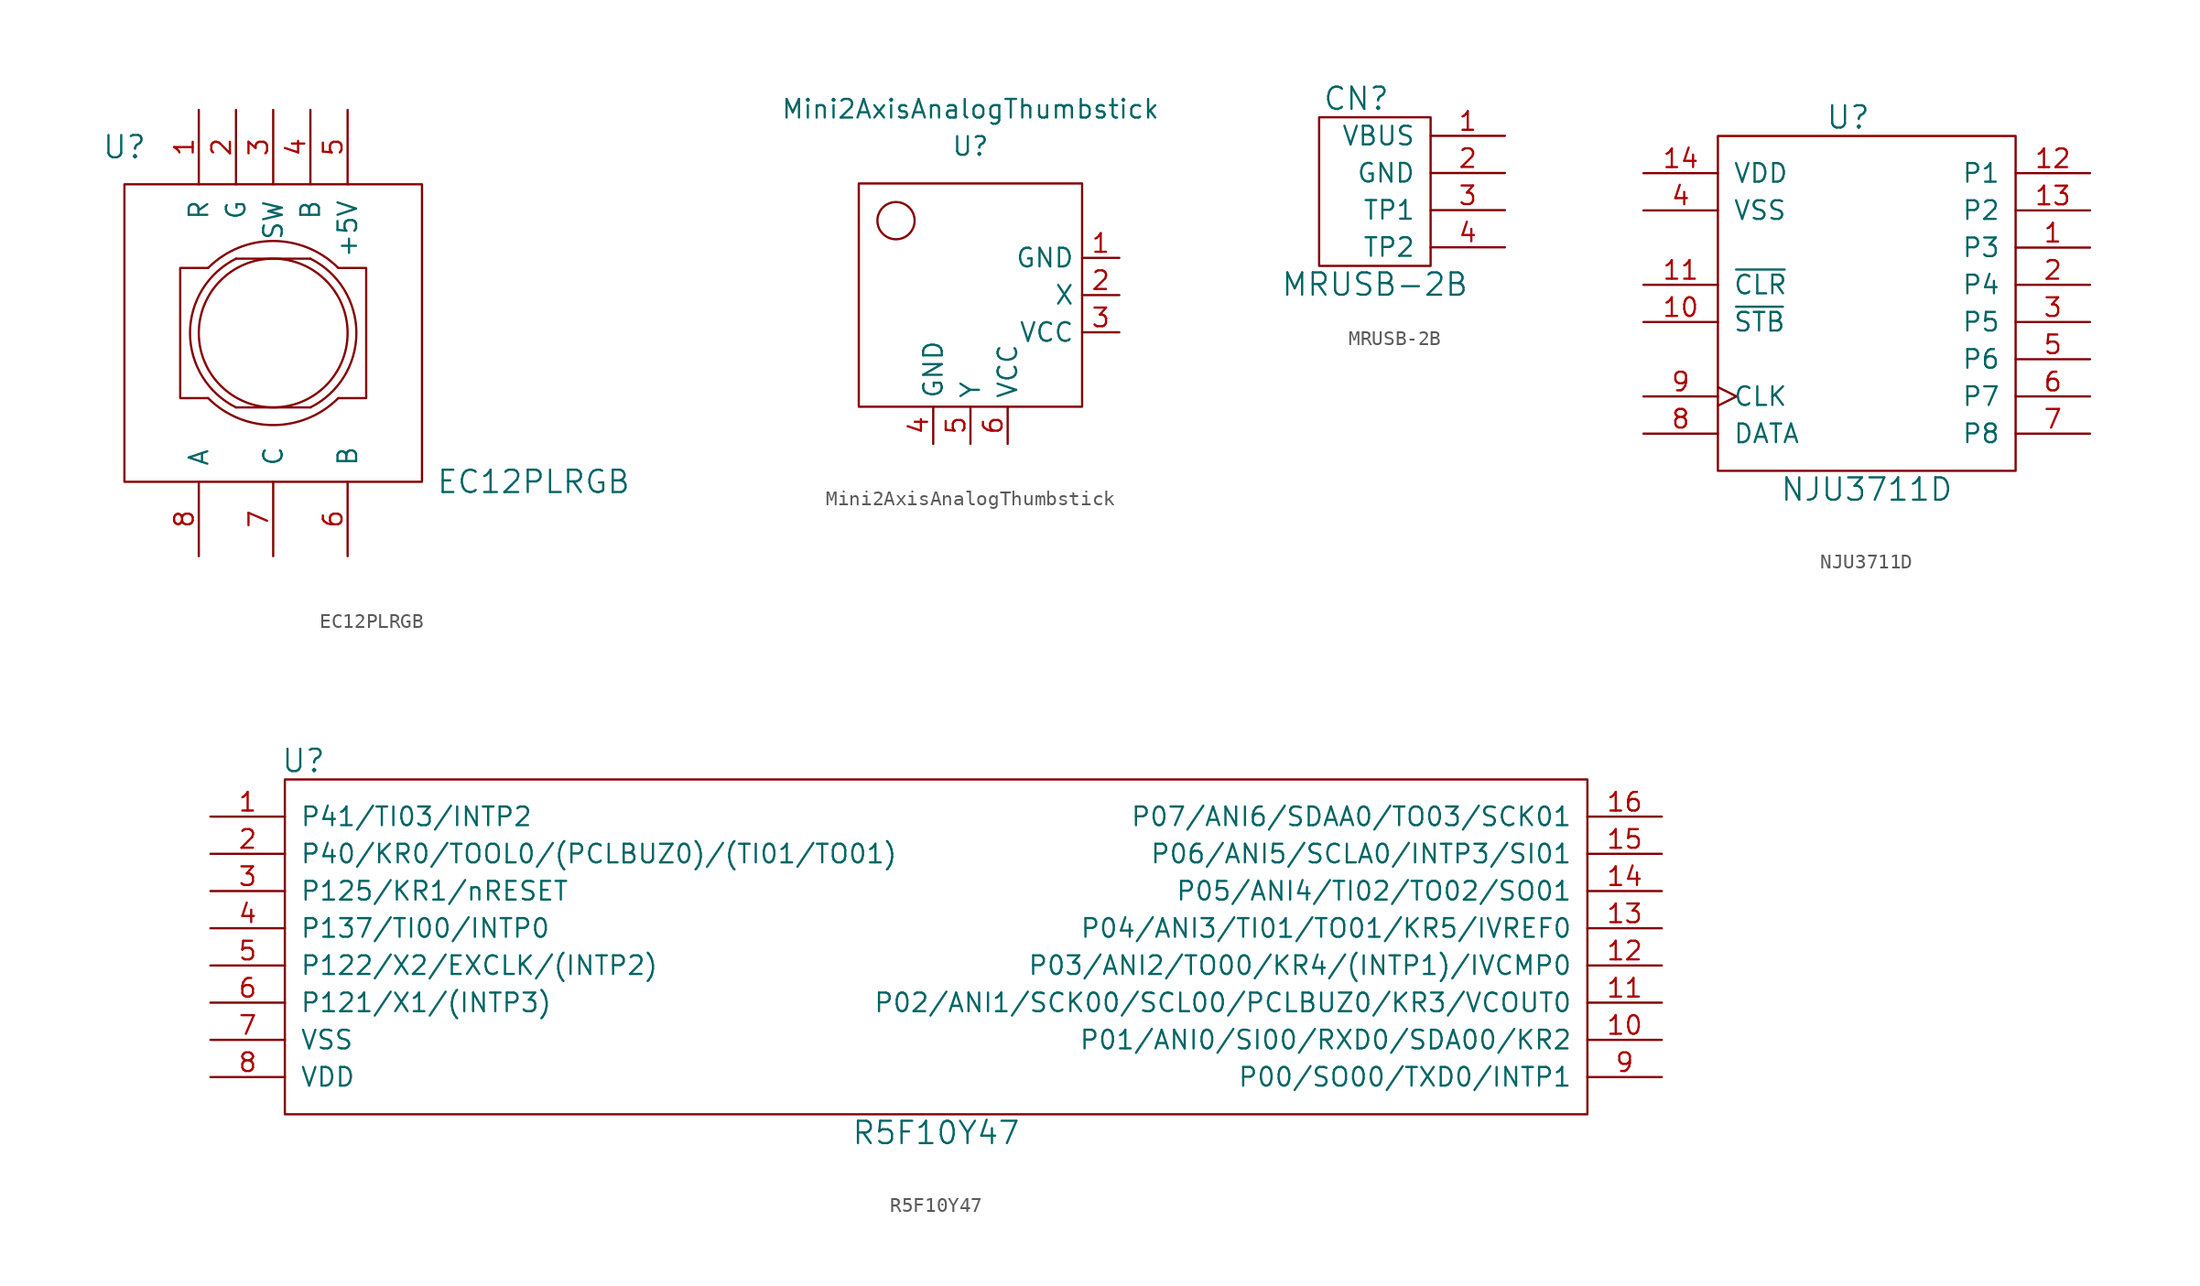
<source format=kicad_sym>
(kicad_symbol_lib
  (version 20211014)
  (generator kicad_symbol_editor)
  (symbol "EC12PLRGB"
    (pin_names
      (offset 1.016))
    (property "Reference" "U"
      (at -10.16 12.7 0)
      (effects (font (size 1.524 1.524))))
    (property "Value" "EC12PLRGB"
      (at 17.78 -10.16 0)
      (effects (font (size 1.524 1.524))))
    (property "Footprint" ""
      (at 0 2.54 0)
      (effects (font (size 1.524 1.524))))
    (property "Datasheet" ""
      (at 0 2.54 0)
      (effects (font (size 1.524 1.524))))
    (symbol "EC12PLRGB_0_1"
      (rectangle (start -10.16 10.16) (end 10.16 -10.16) (stroke (width 0) (type default) (color 0 0 0 0)) (fill (type none)))
      (arc (start -4.445 -4.445) (mid 0 -6.2862) (end 4.445 -4.445) (stroke (width 0) (type default) (color 0 0 0 0)) (fill (type none)))
      (arc (start -2.54 5.08) (mid -5.6796 0) (end -2.54 -5.08) (stroke (width 0) (type default) (color 0 0 0 0)) (fill (type none)))
      (polyline (pts (xy -2.54 -5.08) (xy 2.54 -5.08)) (stroke (width 0) (type default) (color 0 0 0 0)) (fill (type none)))
      (polyline (pts (xy -2.54 5.08) (xy 2.54 5.08)) (stroke (width 0) (type default) (color 0 0 0 0)) (fill (type none)))
      (polyline (pts (xy -4.445 -4.445) (xy -6.35 -4.445) (xy -6.35 4.445) (xy -4.445 4.445)) (stroke (width 0) (type default) (color 0 0 0 0)) (fill (type none)))
      (polyline (pts (xy 4.445 4.445) (xy 6.35 4.445) (xy 6.35 -4.445) (xy 4.445 -4.445)) (stroke (width 0) (type default) (color 0 0 0 0)) (fill (type none)))
      (circle (center 0 0) (radius 5.08) (stroke (width 0) (type default) (color 0 0 0 0)) (fill (type none)))
      (arc (start 2.54 -5.08) (mid 5.6796 0) (end 2.54 5.08) (stroke (width 0) (type default) (color 0 0 0 0)) (fill (type none)))
      (arc (start 4.445 4.445) (mid 0 6.2862) (end -4.445 4.445) (stroke (width 0) (type default) (color 0 0 0 0)) (fill (type none))))
    (symbol "EC12PLRGB_1_1"
      (pin input line (at -5.08 15.24 270) (length 5.08) (name "R" (effects (font (size 1.27 1.27)))) (number "1" (effects (font (size 1.27 1.27)))))
      (pin input line (at -2.54 15.24 270) (length 5.08) (name "G" (effects (font (size 1.27 1.27)))) (number "2" (effects (font (size 1.27 1.27)))))
      (pin input line (at 0 15.24 270) (length 5.08) (name "SW" (effects (font (size 1.27 1.27)))) (number "3" (effects (font (size 1.27 1.27)))))
      (pin input line (at 2.54 15.24 270) (length 5.08) (name "B" (effects (font (size 1.27 1.27)))) (number "4" (effects (font (size 1.27 1.27)))))
      (pin input line (at 5.08 15.24 270) (length 5.08) (name "+5V" (effects (font (size 1.27 1.27)))) (number "5" (effects (font (size 1.27 1.27)))))
      (pin input line (at 5.08 -15.24 90) (length 5.08) (name "B" (effects (font (size 1.27 1.27)))) (number "6" (effects (font (size 1.27 1.27)))))
      (pin input line (at 0 -15.24 90) (length 5.08) (name "C" (effects (font (size 1.27 1.27)))) (number "7" (effects (font (size 1.27 1.27)))))
      (pin input line (at -5.08 -15.24 90) (length 5.08) (name "A" (effects (font (size 1.27 1.27)))) (number "8" (effects (font (size 1.27 1.27)))))))
  (symbol "Mini2AxisAnalogThumbstick"
    (property "Reference" "U"
      (at 0 10.16 0)
      (effects (font (size 1.27 1.27))))
    (property "Value" "Mini2AxisAnalogThumbstick"
      (at 0 12.7 0)
      (effects (font (size 1.27 1.27))))
    (symbol "Mini2AxisAnalogThumbstick_0_1"
      (rectangle (start -7.62 7.62) (end 7.62 -7.62) (stroke (width 0) (type default) (color 0 0 0 0)) (fill (type none)))
      (circle (center -5.08 5.08) (radius 1.27) (stroke (width 0) (type default) (color 0 0 0 0)) (fill (type none))))
    (symbol "Mini2AxisAnalogThumbstick_1_1"
      (pin power_in line (at 10.16 2.54 180) (length 2.54) (name "GND" (effects (font (size 1.27 1.27)))) (number "1" (effects (font (size 1.27 1.27)))))
      (pin input line (at 10.16 0 180) (length 2.54) (name "X" (effects (font (size 1.27 1.27)))) (number "2" (effects (font (size 1.27 1.27)))))
      (pin power_in line (at 10.16 -2.54 180) (length 2.54) (name "VCC" (effects (font (size 1.27 1.27)))) (number "3" (effects (font (size 1.27 1.27)))))
      (pin power_in line (at -2.54 -10.16 90) (length 2.54) (name "GND" (effects (font (size 1.27 1.27)))) (number "4" (effects (font (size 1.27 1.27)))))
      (pin input line (at 0 -10.16 90) (length 2.54) (name "Y" (effects (font (size 1.27 1.27)))) (number "5" (effects (font (size 1.27 1.27)))))
      (pin power_in line (at 2.54 -10.16 90) (length 2.54) (name "VCC" (effects (font (size 1.27 1.27)))) (number "6" (effects (font (size 1.27 1.27)))))))
  (symbol "MRUSB-2B"
    (pin_names
      (offset 1.016))
    (property "Reference" "CN"
      (at -1.27 6.35 0)
      (effects (font (size 1.524 1.524))))
    (property "Value" "MRUSB-2B"
      (at 0 -6.35 0)
      (effects (font (size 1.524 1.524))))
    (property "Footprint" ""
      (at 5.08 -3.81 0)
      (effects (font (size 1.524 1.524))))
    (property "Datasheet" ""
      (at 2.54 -1.27 0)
      (effects (font (size 1.524 1.524))))
    (symbol "MRUSB-2B_0_1"
      (rectangle (start 3.81 5.08) (end -3.81 -5.08) (stroke (width 0) (type default) (color 0 0 0 0)) (fill (type none))))
    (symbol "MRUSB-2B_1_1"
      (pin power_out line (at 8.89 3.81 180) (length 5.08) (name "VBUS" (effects (font (size 1.27 1.27)))) (number "1" (effects (font (size 1.27 1.27)))))
      (pin power_in line (at 8.89 1.27 180) (length 5.08) (name "GND" (effects (font (size 1.27 1.27)))) (number "2" (effects (font (size 1.27 1.27)))))
      (pin input line (at 8.89 -1.27 180) (length 5.08) (name "TP1" (effects (font (size 1.27 1.27)))) (number "3" (effects (font (size 1.27 1.27)))))
      (pin input line (at 8.89 -3.81 180) (length 5.08) (name "TP2" (effects (font (size 1.27 1.27)))) (number "4" (effects (font (size 1.27 1.27)))))))
  (symbol "NJU3711D"
    (pin_names
      (offset 1.016))
    (property "Reference" "U"
      (at -1.27 12.7 0)
      (effects (font (size 1.524 1.524))))
    (property "Value" "NJU3711D"
      (at 0 -12.7 0)
      (effects (font (size 1.524 1.524))))
    (property "Footprint" ""
      (at 0 -1.27 0)
      (effects (font (size 1.524 1.524))))
    (property "Datasheet" ""
      (at 0 -1.27 0)
      (effects (font (size 1.524 1.524))))
    (symbol "NJU3711D_0_1"
      (rectangle (start -10.16 11.43) (end 10.16 -11.43) (stroke (width 0) (type default) (color 0 0 0 0)) (fill (type none))))
    (symbol "NJU3711D_1_1"
      (pin output line (at 15.24 3.81 180) (length 5.08) (name "P3" (effects (font (size 1.27 1.27)))) (number "1" (effects (font (size 1.27 1.27)))))
      (pin input line (at -15.24 -1.27 0) (length 5.08) (name "~{STB}" (effects (font (size 1.27 1.27)))) (number "10" (effects (font (size 1.27 1.27)))))
      (pin input line (at -15.24 1.27 0) (length 5.08) (name "~{CLR}" (effects (font (size 1.27 1.27)))) (number "11" (effects (font (size 1.27 1.27)))))
      (pin output line (at 15.24 8.89 180) (length 5.08) (name "P1" (effects (font (size 1.27 1.27)))) (number "12" (effects (font (size 1.27 1.27)))))
      (pin output line (at 15.24 6.35 180) (length 5.08) (name "P2" (effects (font (size 1.27 1.27)))) (number "13" (effects (font (size 1.27 1.27)))))
      (pin input line (at -15.24 8.89 0) (length 5.08) (name "VDD" (effects (font (size 1.27 1.27)))) (number "14" (effects (font (size 1.27 1.27)))))
      (pin output line (at 15.24 1.27 180) (length 5.08) (name "P4" (effects (font (size 1.27 1.27)))) (number "2" (effects (font (size 1.27 1.27)))))
      (pin output line (at 15.24 -1.27 180) (length 5.08) (name "P5" (effects (font (size 1.27 1.27)))) (number "3" (effects (font (size 1.27 1.27)))))
      (pin input line (at -15.24 6.35 0) (length 5.08) (name "VSS" (effects (font (size 1.27 1.27)))) (number "4" (effects (font (size 1.27 1.27)))))
      (pin output line (at 15.24 -3.81 180) (length 5.08) (name "P6" (effects (font (size 1.27 1.27)))) (number "5" (effects (font (size 1.27 1.27)))))
      (pin output line (at 15.24 -6.35 180) (length 5.08) (name "P7" (effects (font (size 1.27 1.27)))) (number "6" (effects (font (size 1.27 1.27)))))
      (pin output line (at 15.24 -8.89 180) (length 5.08) (name "P8" (effects (font (size 1.27 1.27)))) (number "7" (effects (font (size 1.27 1.27)))))
      (pin input line (at -15.24 -8.89 0) (length 5.08) (name "DATA" (effects (font (size 1.27 1.27)))) (number "8" (effects (font (size 1.27 1.27)))))
      (pin input clock (at -15.24 -6.35 0) (length 5.08) (name "CLK" (effects (font (size 1.27 1.27)))) (number "9" (effects (font (size 1.27 1.27)))))))
  (symbol "R5F10Y47"
    (pin_names
      (offset 1.016))
    (property "Reference" "U"
      (at -43.18 12.7 0)
      (effects (font (size 1.524 1.524))))
    (property "Value" "R5F10Y47"
      (at 0 -12.7 0)
      (effects (font (size 1.524 1.524))))
    (property "Footprint" ""
      (at -1.27 12.7 0)
      (effects (font (size 1.524 1.524))))
    (property "Datasheet" ""
      (at -1.27 12.7 0)
      (effects (font (size 1.524 1.524))))
    (symbol "R5F10Y47_0_1"
      (rectangle (start -44.45 11.43) (end 44.45 -11.43) (stroke (width 0) (type default) (color 0 0 0 0)) (fill (type none))))
    (symbol "R5F10Y47_1_1"
      (pin output line (at -49.53 8.89 0) (length 5.08) (name "P41/TI03/INTP2" (effects (font (size 1.27 1.27)))) (number "1" (effects (font (size 1.27 1.27)))))
      (pin bidirectional line (at 49.53 -6.35 180) (length 5.08) (name "P01/ANI0/SI00/RXD0/SDA00/KR2" (effects (font (size 1.27 1.27)))) (number "10" (effects (font (size 1.27 1.27)))))
      (pin bidirectional line (at 49.53 -3.81 180) (length 5.08) (name "P02/ANI1/SCK00/SCL00/PCLBUZ0/KR3/VCOUT0" (effects (font (size 1.27 1.27)))) (number "11" (effects (font (size 1.27 1.27)))))
      (pin bidirectional line (at 49.53 -1.27 180) (length 5.08) (name "P03/ANI2/TO00/KR4/(INTP1)/IVCMP0" (effects (font (size 1.27 1.27)))) (number "12" (effects (font (size 1.27 1.27)))))
      (pin bidirectional line (at 49.53 1.27 180) (length 5.08) (name "P04/ANI3/TI01/TO01/KR5/IVREF0" (effects (font (size 1.27 1.27)))) (number "13" (effects (font (size 1.27 1.27)))))
      (pin bidirectional line (at 49.53 3.81 180) (length 5.08) (name "P05/ANI4/TI02/TO02/SO01" (effects (font (size 1.27 1.27)))) (number "14" (effects (font (size 1.27 1.27)))))
      (pin bidirectional line (at 49.53 6.35 180) (length 5.08) (name "P06/ANI5/SCLA0/INTP3/SI01" (effects (font (size 1.27 1.27)))) (number "15" (effects (font (size 1.27 1.27)))))
      (pin bidirectional line (at 49.53 8.89 180) (length 5.08) (name "P07/ANI6/SDAA0/TO03/SCK01" (effects (font (size 1.27 1.27)))) (number "16" (effects (font (size 1.27 1.27)))))
      (pin output line (at -49.53 6.35 0) (length 5.08) (name "P40/KR0/TOOL0/(PCLBUZ0)/(TI01/TO01)" (effects (font (size 1.27 1.27)))) (number "2" (effects (font (size 1.27 1.27)))))
      (pin output line (at -49.53 3.81 0) (length 5.08) (name "P125/KR1/nRESET" (effects (font (size 1.27 1.27)))) (number "3" (effects (font (size 1.27 1.27)))))
      (pin output line (at -49.53 1.27 0) (length 5.08) (name "P137/TI00/INTP0" (effects (font (size 1.27 1.27)))) (number "4" (effects (font (size 1.27 1.27)))))
      (pin output line (at -49.53 -1.27 0) (length 5.08) (name "P122/X2/EXCLK/(INTP2)" (effects (font (size 1.27 1.27)))) (number "5" (effects (font (size 1.27 1.27)))))
      (pin output line (at -49.53 -3.81 0) (length 5.08) (name "P121/X1/(INTP3)" (effects (font (size 1.27 1.27)))) (number "6" (effects (font (size 1.27 1.27)))))
      (pin power_in line (at -49.53 -6.35 0) (length 5.08) (name "VSS" (effects (font (size 1.27 1.27)))) (number "7" (effects (font (size 1.27 1.27)))))
      (pin power_in line (at -49.53 -8.89 0) (length 5.08) (name "VDD" (effects (font (size 1.27 1.27)))) (number "8" (effects (font (size 1.27 1.27)))))
      (pin bidirectional line (at 49.53 -8.89 180) (length 5.08) (name "P00/SO00/TXD0/INTP1" (effects (font (size 1.27 1.27)))) (number "9" (effects (font (size 1.27 1.27))))))))
</source>
